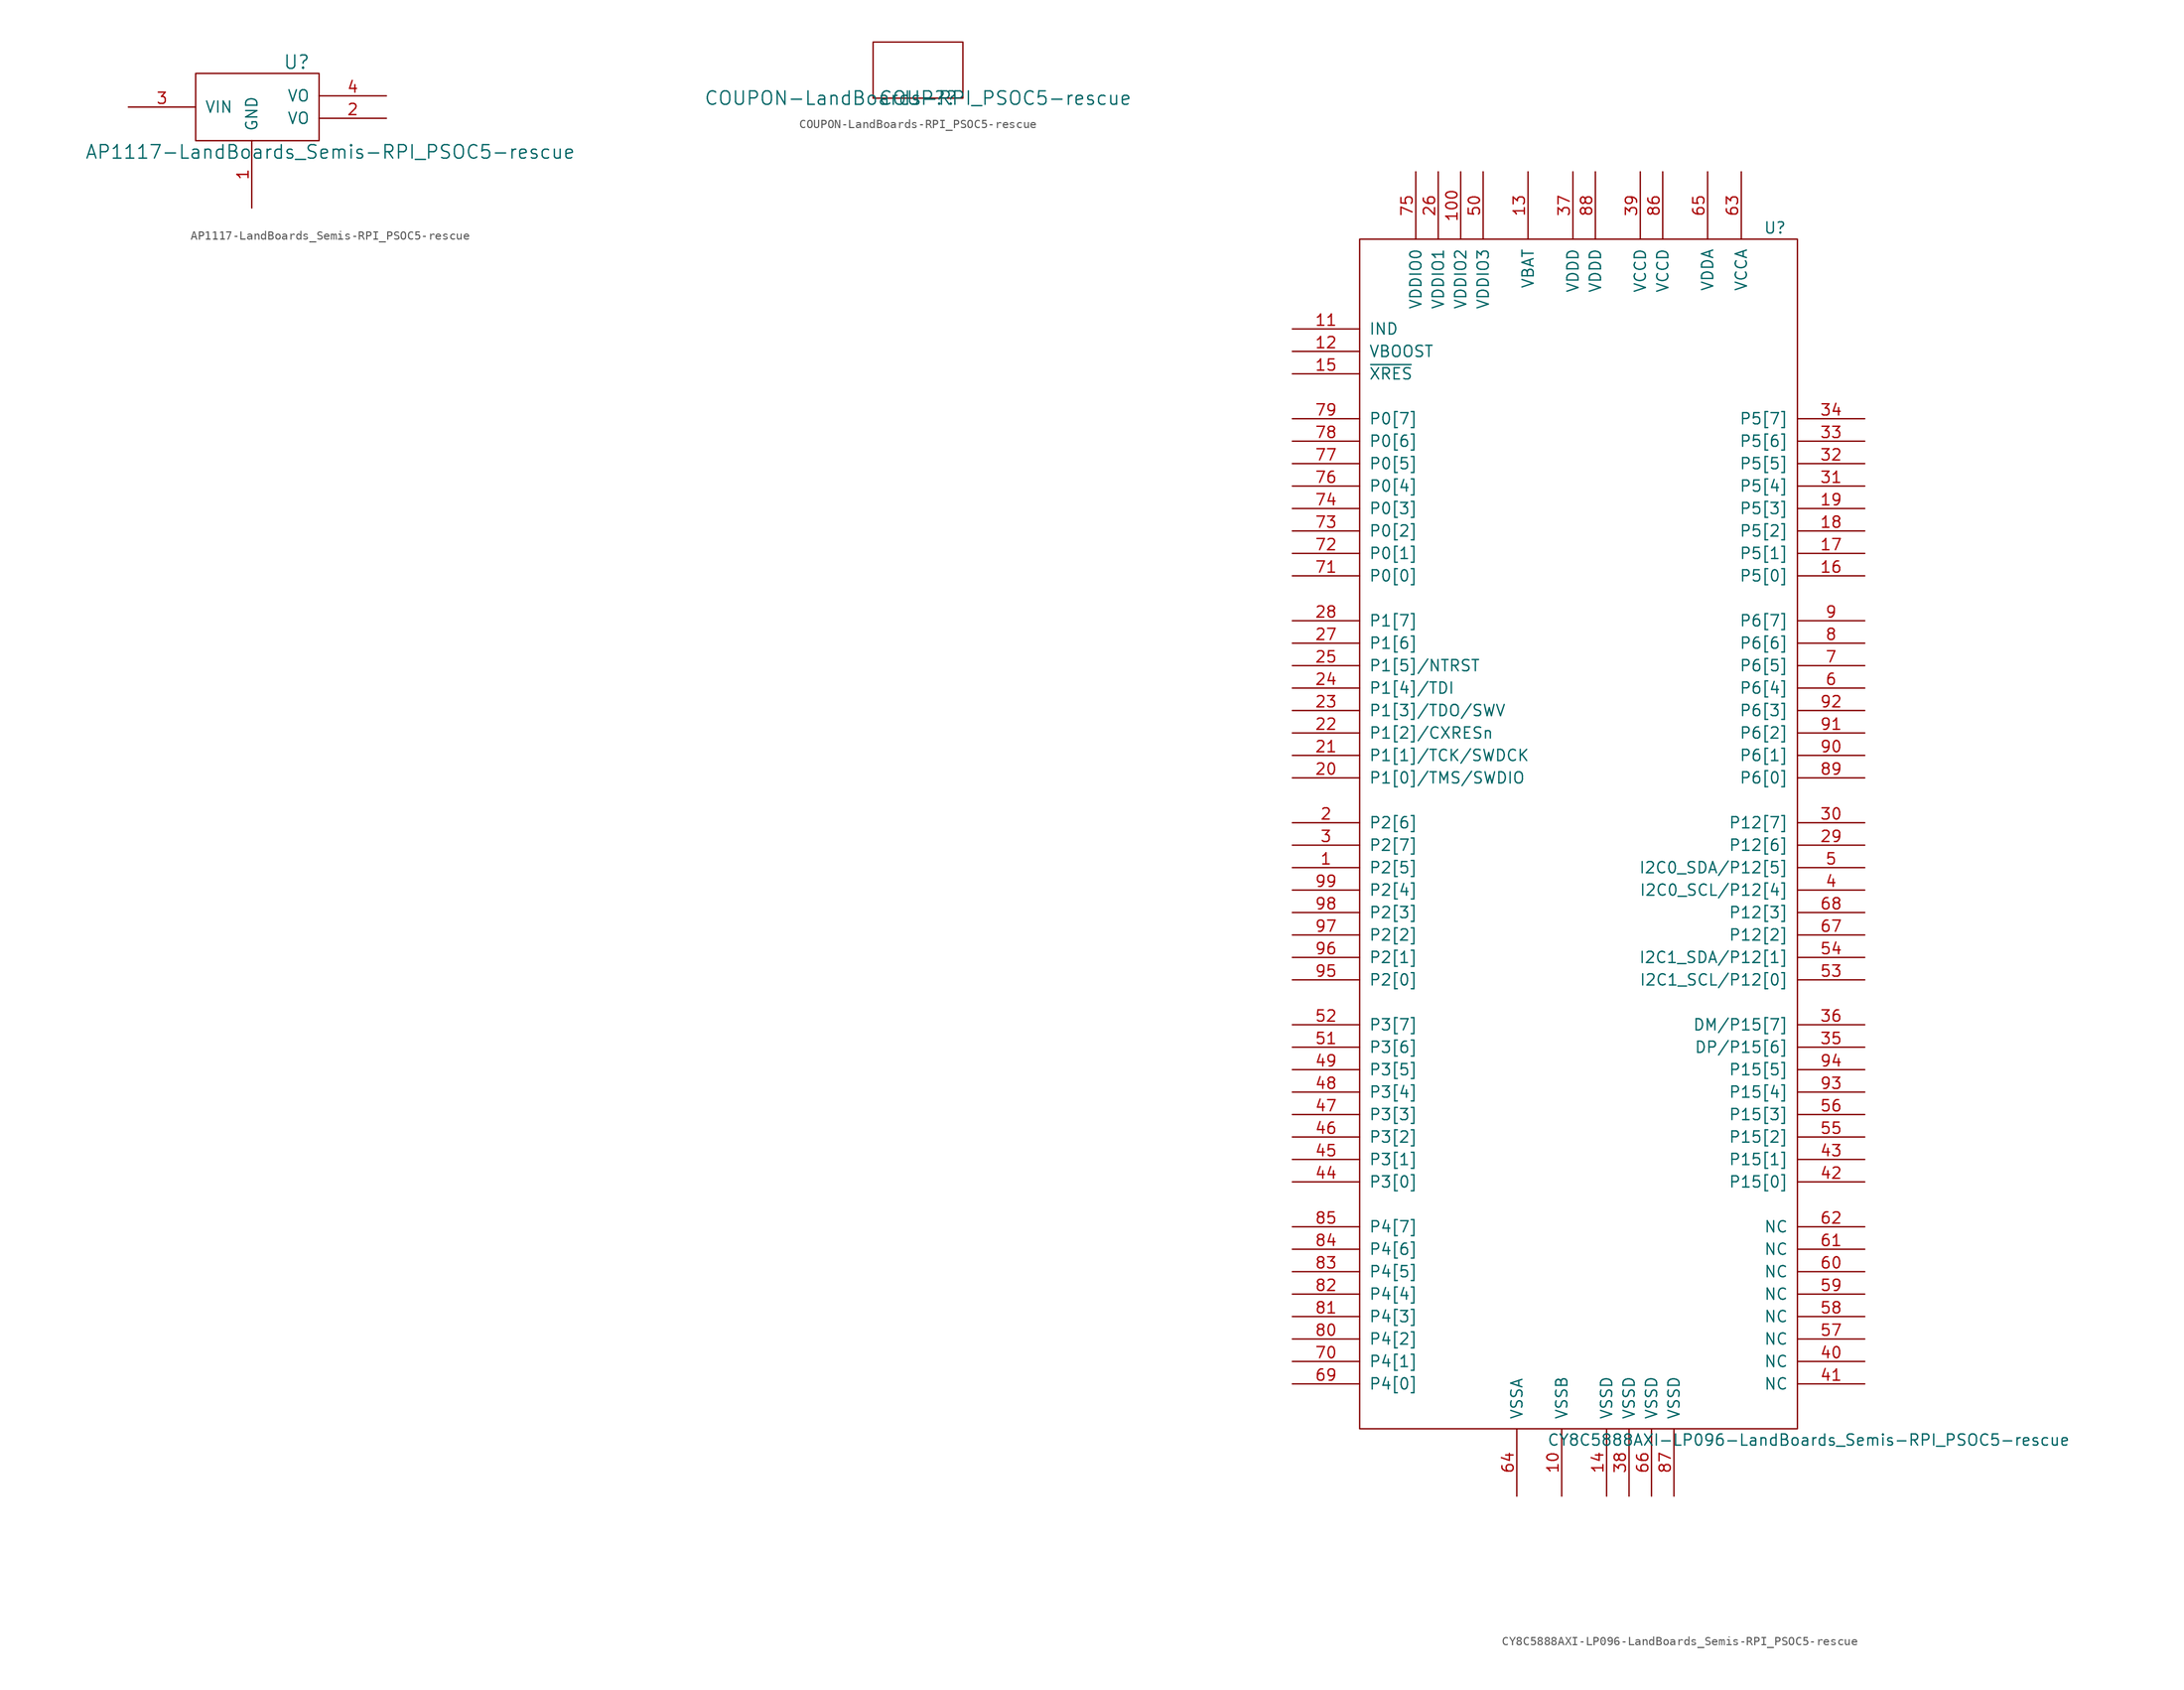
<source format=kicad_sym>
(kicad_symbol_lib
  (version 20220914)
  (generator kicad_symbol_editor)
  (symbol "AP1117-LandBoards_Semis-RPI_PSOC5-rescue"
    (pin_names
      (offset 1.016))
    (property "Reference" "U"
      (at 2.54 3.81 0)
      (effects (font (size 1.524 1.524))))
    (property "Value" "AP1117-LandBoards_Semis-RPI_PSOC5-rescue"
      (at 6.35 -6.35 0)
      (effects (font (size 1.524 1.524))))
    (property "Footprint" ""
      (at 0 0 0)
      (effects (font (size 1.524 1.524))))
    (property "Datasheet" ""
      (at 0 0 0)
      (effects (font (size 1.524 1.524))))
    (symbol "AP1117-LandBoards_Semis-RPI_PSOC5-rescue_0_1"
      (polyline (pts (xy -8.89 -5.08) (xy -8.89 2.54) (xy 5.08 2.54) (xy 5.08 -5.08) (xy -8.89 -5.08)) (stroke (width 0) (type solid)) (fill (type none))))
    (symbol "AP1117-LandBoards_Semis-RPI_PSOC5-rescue_1_1"
      (pin power_in line (at -2.54 -12.7 90) (length 7.62) (name "GND" (effects (font (size 1.27 1.27)))) (number "1" (effects (font (size 1.27 1.27)))))
      (pin passive line (at 12.7 -2.54 180) (length 7.62) (name "VO" (effects (font (size 1.27 1.27)))) (number "2" (effects (font (size 1.27 1.27)))))
      (pin power_in line (at -16.51 -1.27 0) (length 7.62) (name "VIN" (effects (font (size 1.27 1.27)))) (number "3" (effects (font (size 1.27 1.27)))))
      (pin power_out line (at 12.7 0 180) (length 7.62) (name "VO" (effects (font (size 1.27 1.27)))) (number "4" (effects (font (size 1.27 1.27)))))))
  (symbol "COUPON-LandBoards-RPI_PSOC5-rescue"
    (pin_names
      (offset 1.016))
    (property "Reference" "COUP?"
      (at 0 0 0)
      (effects (font (size 1.524 1.524))))
    (property "Value" "COUPON-LandBoards-RPI_PSOC5-rescue"
      (at 0 0 0)
      (effects (font (size 1.524 1.524))))
    (property "Footprint" ""
      (at 0 0 0)
      (effects (font (size 1.524 1.524))))
    (property "Datasheet" ""
      (at 0 0 0)
      (effects (font (size 1.524 1.524))))
    (symbol "COUPON-LandBoards-RPI_PSOC5-rescue_0_1"
      (rectangle (start -5.08 0) (end 5.08 6.35) (stroke (width 0) (type solid)) (fill (type none)))))
  (symbol "CY8C5888AXI-LP096-LandBoards_Semis-RPI_PSOC5-rescue"
    (pin_names
      (offset 1.016))
    (property "Reference" "U"
      (at 20.32 68.58 0)
      (effects (font (size 1.27 1.27))))
    (property "Value" "CY8C5888AXI-LP096-LandBoards_Semis-RPI_PSOC5-rescue"
      (at 24.13 -68.58 0)
      (effects (font (size 1.27 1.27))))
    (symbol "CY8C5888AXI-LP096-LandBoards_Semis-RPI_PSOC5-rescue_1_0"
      (rectangle (start -26.67 -67.31) (end 22.86 67.31) (stroke (width 0) (type solid)) (fill (type none))))
    (symbol "CY8C5888AXI-LP096-LandBoards_Semis-RPI_PSOC5-rescue_1_1"
      (pin input line (at -34.29 -3.81 0) (length 7.62) (name "P2[5]" (effects (font (size 1.27 1.27)))) (number "1" (effects (font (size 1.27 1.27)))))
      (pin input line (at -3.81 -74.93 90) (length 7.62) (name "VSSB" (effects (font (size 1.27 1.27)))) (number "10" (effects (font (size 1.27 1.27)))))
      (pin power_in line (at -15.24 74.93 270) (length 7.62) (name "VDDIO2" (effects (font (size 1.27 1.27)))) (number "100" (effects (font (size 1.27 1.27)))))
      (pin power_in line (at -34.29 57.15 0) (length 7.62) (name "IND" (effects (font (size 1.27 1.27)))) (number "11" (effects (font (size 1.27 1.27)))))
      (pin input line (at -34.29 54.61 0) (length 7.62) (name "VBOOST" (effects (font (size 1.27 1.27)))) (number "12" (effects (font (size 1.27 1.27)))))
      (pin power_in line (at -7.62 74.93 270) (length 7.62) (name "VBAT" (effects (font (size 1.27 1.27)))) (number "13" (effects (font (size 1.27 1.27)))))
      (pin power_in line (at 1.27 -74.93 90) (length 7.62) (name "VSSD" (effects (font (size 1.27 1.27)))) (number "14" (effects (font (size 1.27 1.27)))))
      (pin input line (at -34.29 52.07 0) (length 7.62) (name "~{XRES}" (effects (font (size 1.27 1.27)))) (number "15" (effects (font (size 1.27 1.27)))))
      (pin input line (at 30.48 29.21 180) (length 7.62) (name "P5[0]" (effects (font (size 1.27 1.27)))) (number "16" (effects (font (size 1.27 1.27)))))
      (pin input line (at 30.48 31.75 180) (length 7.62) (name "P5[1]" (effects (font (size 1.27 1.27)))) (number "17" (effects (font (size 1.27 1.27)))))
      (pin input line (at 30.48 34.29 180) (length 7.62) (name "P5[2]" (effects (font (size 1.27 1.27)))) (number "18" (effects (font (size 1.27 1.27)))))
      (pin input line (at 30.48 36.83 180) (length 7.62) (name "P5[3]" (effects (font (size 1.27 1.27)))) (number "19" (effects (font (size 1.27 1.27)))))
      (pin input line (at -34.29 1.27 0) (length 7.62) (name "P2[6]" (effects (font (size 1.27 1.27)))) (number "2" (effects (font (size 1.27 1.27)))))
      (pin input line (at -34.29 6.35 0) (length 7.62) (name "P1[0]/TMS/SWDIO" (effects (font (size 1.27 1.27)))) (number "20" (effects (font (size 1.27 1.27)))))
      (pin input line (at -34.29 8.89 0) (length 7.62) (name "P1[1]/TCK/SWDCK" (effects (font (size 1.27 1.27)))) (number "21" (effects (font (size 1.27 1.27)))))
      (pin input line (at -34.29 11.43 0) (length 7.62) (name "P1[2]/CXRESn" (effects (font (size 1.27 1.27)))) (number "22" (effects (font (size 1.27 1.27)))))
      (pin input line (at -34.29 13.97 0) (length 7.62) (name "P1[3]/TDO/SWV" (effects (font (size 1.27 1.27)))) (number "23" (effects (font (size 1.27 1.27)))))
      (pin input line (at -34.29 16.51 0) (length 7.62) (name "P1[4]/TDI" (effects (font (size 1.27 1.27)))) (number "24" (effects (font (size 1.27 1.27)))))
      (pin input line (at -34.29 19.05 0) (length 7.62) (name "P1[5]/NTRST" (effects (font (size 1.27 1.27)))) (number "25" (effects (font (size 1.27 1.27)))))
      (pin power_in line (at -17.78 74.93 270) (length 7.62) (name "VDDIO1" (effects (font (size 1.27 1.27)))) (number "26" (effects (font (size 1.27 1.27)))))
      (pin input line (at -34.29 21.59 0) (length 7.62) (name "P1[6]" (effects (font (size 1.27 1.27)))) (number "27" (effects (font (size 1.27 1.27)))))
      (pin input line (at -34.29 24.13 0) (length 7.62) (name "P1[7]" (effects (font (size 1.27 1.27)))) (number "28" (effects (font (size 1.27 1.27)))))
      (pin input line (at 30.48 -1.27 180) (length 7.62) (name "P12[6]" (effects (font (size 1.27 1.27)))) (number "29" (effects (font (size 1.27 1.27)))))
      (pin input line (at -34.29 -1.27 0) (length 7.62) (name "P2[7]" (effects (font (size 1.27 1.27)))) (number "3" (effects (font (size 1.27 1.27)))))
      (pin input line (at 30.48 1.27 180) (length 7.62) (name "P12[7]" (effects (font (size 1.27 1.27)))) (number "30" (effects (font (size 1.27 1.27)))))
      (pin input line (at 30.48 39.37 180) (length 7.62) (name "P5[4]" (effects (font (size 1.27 1.27)))) (number "31" (effects (font (size 1.27 1.27)))))
      (pin input line (at 30.48 41.91 180) (length 7.62) (name "P5[5]" (effects (font (size 1.27 1.27)))) (number "32" (effects (font (size 1.27 1.27)))))
      (pin input line (at 30.48 44.45 180) (length 7.62) (name "P5[6]" (effects (font (size 1.27 1.27)))) (number "33" (effects (font (size 1.27 1.27)))))
      (pin input line (at 30.48 46.99 180) (length 7.62) (name "P5[7]" (effects (font (size 1.27 1.27)))) (number "34" (effects (font (size 1.27 1.27)))))
      (pin input line (at 30.48 -24.13 180) (length 7.62) (name "DP/P15[6]" (effects (font (size 1.27 1.27)))) (number "35" (effects (font (size 1.27 1.27)))))
      (pin input line (at 30.48 -21.59 180) (length 7.62) (name "DM/P15[7]" (effects (font (size 1.27 1.27)))) (number "36" (effects (font (size 1.27 1.27)))))
      (pin power_in line (at -2.54 74.93 270) (length 7.62) (name "VDDD" (effects (font (size 1.27 1.27)))) (number "37" (effects (font (size 1.27 1.27)))))
      (pin power_in line (at 3.81 -74.93 90) (length 7.62) (name "VSSD" (effects (font (size 1.27 1.27)))) (number "38" (effects (font (size 1.27 1.27)))))
      (pin power_in line (at 5.08 74.93 270) (length 7.62) (name "VCCD" (effects (font (size 1.27 1.27)))) (number "39" (effects (font (size 1.27 1.27)))))
      (pin input line (at 30.48 -6.35 180) (length 7.62) (name "I2C0_SCL/P12[4]" (effects (font (size 1.27 1.27)))) (number "4" (effects (font (size 1.27 1.27)))))
      (pin unspecified line (at 30.48 -59.69 180) (length 7.62) (name "NC" (effects (font (size 1.27 1.27)))) (number "40" (effects (font (size 1.27 1.27)))))
      (pin unspecified line (at 30.48 -62.23 180) (length 7.62) (name "NC" (effects (font (size 1.27 1.27)))) (number "41" (effects (font (size 1.27 1.27)))))
      (pin input line (at 30.48 -39.37 180) (length 7.62) (name "P15[0]" (effects (font (size 1.27 1.27)))) (number "42" (effects (font (size 1.27 1.27)))))
      (pin input line (at 30.48 -36.83 180) (length 7.62) (name "P15[1]" (effects (font (size 1.27 1.27)))) (number "43" (effects (font (size 1.27 1.27)))))
      (pin input line (at -34.29 -39.37 0) (length 7.62) (name "P3[0]" (effects (font (size 1.27 1.27)))) (number "44" (effects (font (size 1.27 1.27)))))
      (pin input line (at -34.29 -36.83 0) (length 7.62) (name "P3[1]" (effects (font (size 1.27 1.27)))) (number "45" (effects (font (size 1.27 1.27)))))
      (pin input line (at -34.29 -34.29 0) (length 7.62) (name "P3[2]" (effects (font (size 1.27 1.27)))) (number "46" (effects (font (size 1.27 1.27)))))
      (pin input line (at -34.29 -31.75 0) (length 7.62) (name "P3[3]" (effects (font (size 1.27 1.27)))) (number "47" (effects (font (size 1.27 1.27)))))
      (pin input line (at -34.29 -29.21 0) (length 7.62) (name "P3[4]" (effects (font (size 1.27 1.27)))) (number "48" (effects (font (size 1.27 1.27)))))
      (pin input line (at -34.29 -26.67 0) (length 7.62) (name "P3[5]" (effects (font (size 1.27 1.27)))) (number "49" (effects (font (size 1.27 1.27)))))
      (pin input line (at 30.48 -3.81 180) (length 7.62) (name "I2C0_SDA/P12[5]" (effects (font (size 1.27 1.27)))) (number "5" (effects (font (size 1.27 1.27)))))
      (pin power_in line (at -12.7 74.93 270) (length 7.62) (name "VDDIO3" (effects (font (size 1.27 1.27)))) (number "50" (effects (font (size 1.27 1.27)))))
      (pin input line (at -34.29 -24.13 0) (length 7.62) (name "P3[6]" (effects (font (size 1.27 1.27)))) (number "51" (effects (font (size 1.27 1.27)))))
      (pin input line (at -34.29 -21.59 0) (length 7.62) (name "P3[7]" (effects (font (size 1.27 1.27)))) (number "52" (effects (font (size 1.27 1.27)))))
      (pin input line (at 30.48 -16.51 180) (length 7.62) (name "I2C1_SCL/P12[0]" (effects (font (size 1.27 1.27)))) (number "53" (effects (font (size 1.27 1.27)))))
      (pin input line (at 30.48 -13.97 180) (length 7.62) (name "I2C1_SDA/P12[1]" (effects (font (size 1.27 1.27)))) (number "54" (effects (font (size 1.27 1.27)))))
      (pin input line (at 30.48 -34.29 180) (length 7.62) (name "P15[2]" (effects (font (size 1.27 1.27)))) (number "55" (effects (font (size 1.27 1.27)))))
      (pin input line (at 30.48 -31.75 180) (length 7.62) (name "P15[3]" (effects (font (size 1.27 1.27)))) (number "56" (effects (font (size 1.27 1.27)))))
      (pin unspecified line (at 30.48 -57.15 180) (length 7.62) (name "NC" (effects (font (size 1.27 1.27)))) (number "57" (effects (font (size 1.27 1.27)))))
      (pin unspecified line (at 30.48 -54.61 180) (length 7.62) (name "NC" (effects (font (size 1.27 1.27)))) (number "58" (effects (font (size 1.27 1.27)))))
      (pin power_in line (at 30.48 -52.07 180) (length 7.62) (name "NC" (effects (font (size 1.27 1.27)))) (number "59" (effects (font (size 1.27 1.27)))))
      (pin input line (at 30.48 16.51 180) (length 7.62) (name "P6[4]" (effects (font (size 1.27 1.27)))) (number "6" (effects (font (size 1.27 1.27)))))
      (pin unspecified line (at 30.48 -49.53 180) (length 7.62) (name "NC" (effects (font (size 1.27 1.27)))) (number "60" (effects (font (size 1.27 1.27)))))
      (pin unspecified line (at 30.48 -46.99 180) (length 7.62) (name "NC" (effects (font (size 1.27 1.27)))) (number "61" (effects (font (size 1.27 1.27)))))
      (pin unspecified line (at 30.48 -44.45 180) (length 7.62) (name "NC" (effects (font (size 1.27 1.27)))) (number "62" (effects (font (size 1.27 1.27)))))
      (pin power_in line (at 16.51 74.93 270) (length 7.62) (name "VCCA" (effects (font (size 1.27 1.27)))) (number "63" (effects (font (size 1.27 1.27)))))
      (pin power_in line (at -8.89 -74.93 90) (length 7.62) (name "VSSA" (effects (font (size 1.27 1.27)))) (number "64" (effects (font (size 1.27 1.27)))))
      (pin power_in line (at 12.7 74.93 270) (length 7.62) (name "VDDA" (effects (font (size 1.27 1.27)))) (number "65" (effects (font (size 1.27 1.27)))))
      (pin power_in line (at 6.35 -74.93 90) (length 7.62) (name "VSSD" (effects (font (size 1.27 1.27)))) (number "66" (effects (font (size 1.27 1.27)))))
      (pin input line (at 30.48 -11.43 180) (length 7.62) (name "P12[2]" (effects (font (size 1.27 1.27)))) (number "67" (effects (font (size 1.27 1.27)))))
      (pin input line (at 30.48 -8.89 180) (length 7.62) (name "P12[3]" (effects (font (size 1.27 1.27)))) (number "68" (effects (font (size 1.27 1.27)))))
      (pin input line (at -34.29 -62.23 0) (length 7.62) (name "P4[0]" (effects (font (size 1.27 1.27)))) (number "69" (effects (font (size 1.27 1.27)))))
      (pin input line (at 30.48 19.05 180) (length 7.62) (name "P6[5]" (effects (font (size 1.27 1.27)))) (number "7" (effects (font (size 1.27 1.27)))))
      (pin input line (at -34.29 -59.69 0) (length 7.62) (name "P4[1]" (effects (font (size 1.27 1.27)))) (number "70" (effects (font (size 1.27 1.27)))))
      (pin input line (at -34.29 29.21 0) (length 7.62) (name "P0[0]" (effects (font (size 1.27 1.27)))) (number "71" (effects (font (size 1.27 1.27)))))
      (pin input line (at -34.29 31.75 0) (length 7.62) (name "P0[1]" (effects (font (size 1.27 1.27)))) (number "72" (effects (font (size 1.27 1.27)))))
      (pin input line (at -34.29 34.29 0) (length 7.62) (name "P0[2]" (effects (font (size 1.27 1.27)))) (number "73" (effects (font (size 1.27 1.27)))))
      (pin input line (at -34.29 36.83 0) (length 7.62) (name "P0[3]" (effects (font (size 1.27 1.27)))) (number "74" (effects (font (size 1.27 1.27)))))
      (pin power_in line (at -20.32 74.93 270) (length 7.62) (name "VDDIO0" (effects (font (size 1.27 1.27)))) (number "75" (effects (font (size 1.27 1.27)))))
      (pin input line (at -34.29 39.37 0) (length 7.62) (name "P0[4]" (effects (font (size 1.27 1.27)))) (number "76" (effects (font (size 1.27 1.27)))))
      (pin input line (at -34.29 41.91 0) (length 7.62) (name "P0[5]" (effects (font (size 1.27 1.27)))) (number "77" (effects (font (size 1.27 1.27)))))
      (pin input line (at -34.29 44.45 0) (length 7.62) (name "P0[6]" (effects (font (size 1.27 1.27)))) (number "78" (effects (font (size 1.27 1.27)))))
      (pin input line (at -34.29 46.99 0) (length 7.62) (name "P0[7]" (effects (font (size 1.27 1.27)))) (number "79" (effects (font (size 1.27 1.27)))))
      (pin input line (at 30.48 21.59 180) (length 7.62) (name "P6[6]" (effects (font (size 1.27 1.27)))) (number "8" (effects (font (size 1.27 1.27)))))
      (pin input line (at -34.29 -57.15 0) (length 7.62) (name "P4[2]" (effects (font (size 1.27 1.27)))) (number "80" (effects (font (size 1.27 1.27)))))
      (pin input line (at -34.29 -54.61 0) (length 7.62) (name "P4[3]" (effects (font (size 1.27 1.27)))) (number "81" (effects (font (size 1.27 1.27)))))
      (pin input line (at -34.29 -52.07 0) (length 7.62) (name "P4[4]" (effects (font (size 1.27 1.27)))) (number "82" (effects (font (size 1.27 1.27)))))
      (pin input line (at -34.29 -49.53 0) (length 7.62) (name "P4[5]" (effects (font (size 1.27 1.27)))) (number "83" (effects (font (size 1.27 1.27)))))
      (pin input line (at -34.29 -46.99 0) (length 7.62) (name "P4[6]" (effects (font (size 1.27 1.27)))) (number "84" (effects (font (size 1.27 1.27)))))
      (pin input line (at -34.29 -44.45 0) (length 7.62) (name "P4[7]" (effects (font (size 1.27 1.27)))) (number "85" (effects (font (size 1.27 1.27)))))
      (pin power_in line (at 7.62 74.93 270) (length 7.62) (name "VCCD" (effects (font (size 1.27 1.27)))) (number "86" (effects (font (size 1.27 1.27)))))
      (pin power_in line (at 8.89 -74.93 90) (length 7.62) (name "VSSD" (effects (font (size 1.27 1.27)))) (number "87" (effects (font (size 1.27 1.27)))))
      (pin power_in line (at 0 74.93 270) (length 7.62) (name "VDDD" (effects (font (size 1.27 1.27)))) (number "88" (effects (font (size 1.27 1.27)))))
      (pin input line (at 30.48 6.35 180) (length 7.62) (name "P6[0]" (effects (font (size 1.27 1.27)))) (number "89" (effects (font (size 1.27 1.27)))))
      (pin input line (at 30.48 24.13 180) (length 7.62) (name "P6[7]" (effects (font (size 1.27 1.27)))) (number "9" (effects (font (size 1.27 1.27)))))
      (pin input line (at 30.48 8.89 180) (length 7.62) (name "P6[1]" (effects (font (size 1.27 1.27)))) (number "90" (effects (font (size 1.27 1.27)))))
      (pin input line (at 30.48 11.43 180) (length 7.62) (name "P6[2]" (effects (font (size 1.27 1.27)))) (number "91" (effects (font (size 1.27 1.27)))))
      (pin input line (at 30.48 13.97 180) (length 7.62) (name "P6[3]" (effects (font (size 1.27 1.27)))) (number "92" (effects (font (size 1.27 1.27)))))
      (pin input line (at 30.48 -29.21 180) (length 7.62) (name "P15[4]" (effects (font (size 1.27 1.27)))) (number "93" (effects (font (size 1.27 1.27)))))
      (pin input line (at 30.48 -26.67 180) (length 7.62) (name "P15[5]" (effects (font (size 1.27 1.27)))) (number "94" (effects (font (size 1.27 1.27)))))
      (pin input line (at -34.29 -16.51 0) (length 7.62) (name "P2[0]" (effects (font (size 1.27 1.27)))) (number "95" (effects (font (size 1.27 1.27)))))
      (pin input line (at -34.29 -13.97 0) (length 7.62) (name "P2[1]" (effects (font (size 1.27 1.27)))) (number "96" (effects (font (size 1.27 1.27)))))
      (pin input line (at -34.29 -11.43 0) (length 7.62) (name "P2[2]" (effects (font (size 1.27 1.27)))) (number "97" (effects (font (size 1.27 1.27)))))
      (pin input line (at -34.29 -8.89 0) (length 7.62) (name "P2[3]" (effects (font (size 1.27 1.27)))) (number "98" (effects (font (size 1.27 1.27)))))
      (pin input line (at -34.29 -6.35 0) (length 7.62) (name "P2[4]" (effects (font (size 1.27 1.27)))) (number "99" (effects (font (size 1.27 1.27))))))))
</source>
